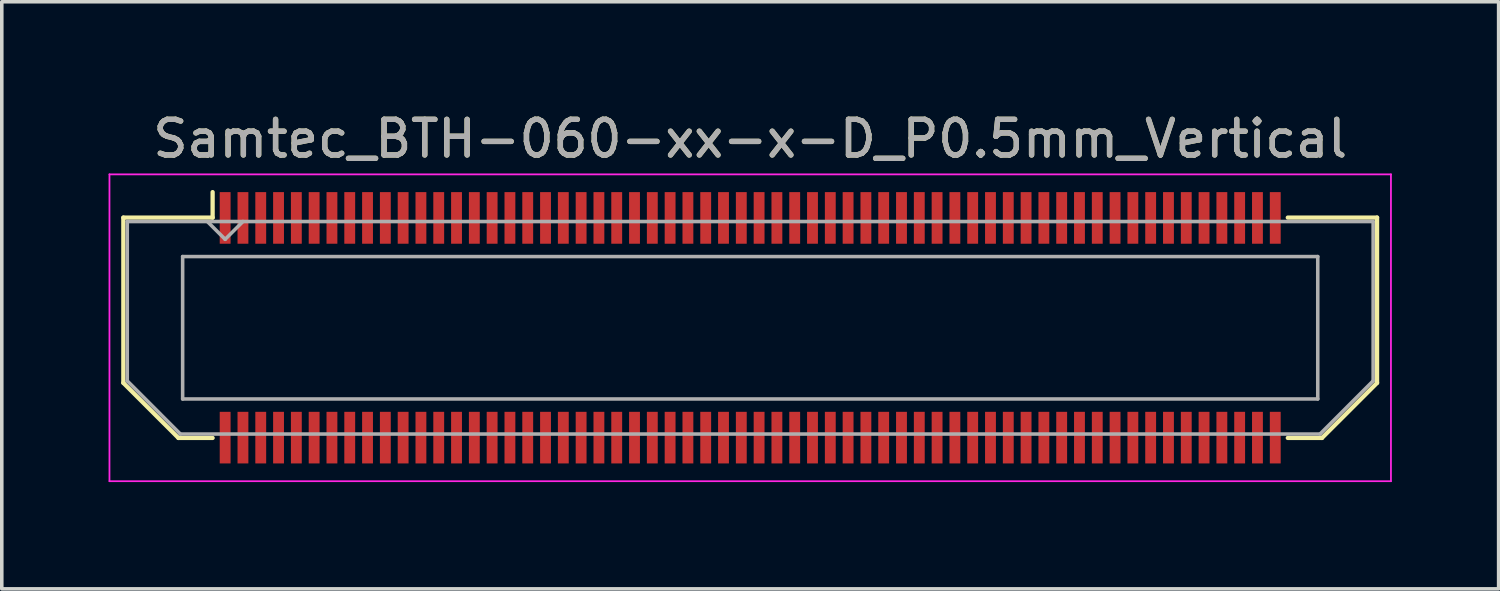
<source format=kicad_pcb>
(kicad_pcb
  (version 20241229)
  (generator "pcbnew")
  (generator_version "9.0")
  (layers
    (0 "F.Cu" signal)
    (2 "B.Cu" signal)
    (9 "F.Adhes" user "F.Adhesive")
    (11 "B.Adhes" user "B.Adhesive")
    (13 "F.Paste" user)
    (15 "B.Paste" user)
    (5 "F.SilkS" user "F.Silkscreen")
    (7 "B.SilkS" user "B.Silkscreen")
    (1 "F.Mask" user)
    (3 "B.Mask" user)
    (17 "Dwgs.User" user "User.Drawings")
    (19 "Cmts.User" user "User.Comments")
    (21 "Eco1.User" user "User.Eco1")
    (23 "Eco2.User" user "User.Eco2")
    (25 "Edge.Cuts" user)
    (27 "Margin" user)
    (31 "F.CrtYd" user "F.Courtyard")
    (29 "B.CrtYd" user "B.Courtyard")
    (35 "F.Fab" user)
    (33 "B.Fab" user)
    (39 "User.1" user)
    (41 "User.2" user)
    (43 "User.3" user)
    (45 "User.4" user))
  (footprint "Samtec_BTH-060-xx-x-D_P0.5mm_Vertical"
    (layer "F.Cu")
    (at 18.025 6.158)
    (property "Reference" "Samtec_BTH-060-xx-x-D_P0.5mm_Vertical" (at 0 -5.31 0) (layer "F.SilkS") (effects (font (size 1 1) (thickness 0.15))))
    (attr smd)
    (fp_line (start -17.61 -3.095) (end -17.61 1.548) (stroke (width 0.12) (type solid)) (layer "F.SilkS"))
    (fp_line (start -17.61 1.548) (end -16.062 3.095) (stroke (width 0.12) (type solid)) (layer "F.SilkS"))
    (fp_line (start -16.062 3.095) (end -15.102 3.095) (stroke (width 0.12) (type solid)) (layer "F.SilkS"))
    (fp_line (start -15.102 -3.811) (end -15.102 -3.095) (stroke (width 0.12) (type solid)) (layer "F.SilkS"))
    (fp_line (start -15.102 -3.095) (end -17.61 -3.095) (stroke (width 0.12) (type solid)) (layer "F.SilkS"))
    (fp_line (start 15.102 -3.095) (end 17.61 -3.095) (stroke (width 0.12) (type solid)) (layer "F.SilkS"))
    (fp_line (start 16.062 3.095) (end 15.102 3.095) (stroke (width 0.12) (type solid)) (layer "F.SilkS"))
    (fp_line (start 17.61 -3.095) (end 17.61 1.548) (stroke (width 0.12) (type solid)) (layer "F.SilkS"))
    (fp_line (start 17.61 1.548) (end 16.062 3.095) (stroke (width 0.12) (type solid)) (layer "F.SilkS"))
    (fp_line (start -18 -4.31) (end -18 4.31) (stroke (width 0.05) (type solid)) (layer "F.CrtYd"))
    (fp_line (start -18 4.31) (end 18 4.31) (stroke (width 0.05) (type solid)) (layer "F.CrtYd"))
    (fp_line (start 18 -4.31) (end -18 -4.31) (stroke (width 0.05) (type solid)) (layer "F.CrtYd"))
    (fp_line (start 18 4.31) (end 18 -4.31) (stroke (width 0.05) (type solid)) (layer "F.CrtYd"))
    (fp_line (start -17.5 -2.985) (end -17.5 1.492) (stroke (width 0.1) (type solid)) (layer "F.Fab"))
    (fp_line (start -17.5 -2.985) (end 17.5 -2.985) (stroke (width 0.1) (type solid)) (layer "F.Fab"))
    (fp_line (start -17.5 1.492) (end -16.008 2.985) (stroke (width 0.1) (type solid)) (layer "F.Fab"))
    (fp_line (start -16.008 2.985) (end 16.008 2.985) (stroke (width 0.1) (type solid)) (layer "F.Fab"))
    (fp_line (start -15.944 -2) (end -15.944 2) (stroke (width 0.1) (type solid)) (layer "F.Fab"))
    (fp_line (start -15.944 2) (end 15.944 2) (stroke (width 0.1) (type solid)) (layer "F.Fab"))
    (fp_line (start -14.75 -2.485) (end -15.25 -2.985) (stroke (width 0.1) (type solid)) (layer "F.Fab"))
    (fp_line (start -14.25 -2.985) (end -14.75 -2.485) (stroke (width 0.1) (type solid)) (layer "F.Fab"))
    (fp_line (start 15.944 -2) (end -15.944 -2) (stroke (width 0.1) (type solid)) (layer "F.Fab"))
    (fp_line (start 15.944 2) (end 15.944 -2) (stroke (width 0.1) (type solid)) (layer "F.Fab"))
    (fp_line (start 17.5 -2.985) (end 17.5 1.492) (stroke (width 0.1) (type solid)) (layer "F.Fab"))
    (fp_line (start 17.5 1.492) (end 16.008 2.985) (stroke (width 0.1) (type solid)) (layer "F.Fab"))
    (fp_text user "${REFERENCE}" (at 0 -5.31 0) (layer "F.Fab") (effects (font (size 1 1) (thickness 0.15))))
    (pad "1" smd rect (at -14.75 -3.086) (size 0.305 1.45) (layers "F.Cu" "F.Mask" "F.Paste"))
    (pad "2" smd rect (at -14.75 3.086) (size 0.305 1.45) (layers "F.Cu" "F.Mask" "F.Paste"))
    (pad "3" smd rect (at -14.25 -3.086) (size 0.305 1.45) (layers "F.Cu" "F.Mask" "F.Paste"))
    (pad "4" smd rect (at -14.25 3.086) (size 0.305 1.45) (layers "F.Cu" "F.Mask" "F.Paste"))
    (pad "5" smd rect (at -13.75 -3.086) (size 0.305 1.45) (layers "F.Cu" "F.Mask" "F.Paste"))
    (pad "6" smd rect (at -13.75 3.086) (size 0.305 1.45) (layers "F.Cu" "F.Mask" "F.Paste"))
    (pad "7" smd rect (at -13.25 -3.086) (size 0.305 1.45) (layers "F.Cu" "F.Mask" "F.Paste"))
    (pad "8" smd rect (at -13.25 3.086) (size 0.305 1.45) (layers "F.Cu" "F.Mask" "F.Paste"))
    (pad "9" smd rect (at -12.75 -3.086) (size 0.305 1.45) (layers "F.Cu" "F.Mask" "F.Paste"))
    (pad "10" smd rect (at -12.75 3.086) (size 0.305 1.45) (layers "F.Cu" "F.Mask" "F.Paste"))
    (pad "11" smd rect (at -12.25 -3.086) (size 0.305 1.45) (layers "F.Cu" "F.Mask" "F.Paste"))
    (pad "12" smd rect (at -12.25 3.086) (size 0.305 1.45) (layers "F.Cu" "F.Mask" "F.Paste"))
    (pad "13" smd rect (at -11.75 -3.086) (size 0.305 1.45) (layers "F.Cu" "F.Mask" "F.Paste"))
    (pad "14" smd rect (at -11.75 3.086) (size 0.305 1.45) (layers "F.Cu" "F.Mask" "F.Paste"))
    (pad "15" smd rect (at -11.25 -3.086) (size 0.305 1.45) (layers "F.Cu" "F.Mask" "F.Paste"))
    (pad "16" smd rect (at -11.25 3.086) (size 0.305 1.45) (layers "F.Cu" "F.Mask" "F.Paste"))
    (pad "17" smd rect (at -10.75 -3.086) (size 0.305 1.45) (layers "F.Cu" "F.Mask" "F.Paste"))
    (pad "18" smd rect (at -10.75 3.086) (size 0.305 1.45) (layers "F.Cu" "F.Mask" "F.Paste"))
    (pad "19" smd rect (at -10.25 -3.086) (size 0.305 1.45) (layers "F.Cu" "F.Mask" "F.Paste"))
    (pad "20" smd rect (at -10.25 3.086) (size 0.305 1.45) (layers "F.Cu" "F.Mask" "F.Paste"))
    (pad "21" smd rect (at -9.75 -3.086) (size 0.305 1.45) (layers "F.Cu" "F.Mask" "F.Paste"))
    (pad "22" smd rect (at -9.75 3.086) (size 0.305 1.45) (layers "F.Cu" "F.Mask" "F.Paste"))
    (pad "23" smd rect (at -9.25 -3.086) (size 0.305 1.45) (layers "F.Cu" "F.Mask" "F.Paste"))
    (pad "24" smd rect (at -9.25 3.086) (size 0.305 1.45) (layers "F.Cu" "F.Mask" "F.Paste"))
    (pad "25" smd rect (at -8.75 -3.086) (size 0.305 1.45) (layers "F.Cu" "F.Mask" "F.Paste"))
    (pad "26" smd rect (at -8.75 3.086) (size 0.305 1.45) (layers "F.Cu" "F.Mask" "F.Paste"))
    (pad "27" smd rect (at -8.25 -3.086) (size 0.305 1.45) (layers "F.Cu" "F.Mask" "F.Paste"))
    (pad "28" smd rect (at -8.25 3.086) (size 0.305 1.45) (layers "F.Cu" "F.Mask" "F.Paste"))
    (pad "29" smd rect (at -7.75 -3.086) (size 0.305 1.45) (layers "F.Cu" "F.Mask" "F.Paste"))
    (pad "30" smd rect (at -7.75 3.086) (size 0.305 1.45) (layers "F.Cu" "F.Mask" "F.Paste"))
    (pad "31" smd rect (at -7.25 -3.086) (size 0.305 1.45) (layers "F.Cu" "F.Mask" "F.Paste"))
    (pad "32" smd rect (at -7.25 3.086) (size 0.305 1.45) (layers "F.Cu" "F.Mask" "F.Paste"))
    (pad "33" smd rect (at -6.75 -3.086) (size 0.305 1.45) (layers "F.Cu" "F.Mask" "F.Paste"))
    (pad "34" smd rect (at -6.75 3.086) (size 0.305 1.45) (layers "F.Cu" "F.Mask" "F.Paste"))
    (pad "35" smd rect (at -6.25 -3.086) (size 0.305 1.45) (layers "F.Cu" "F.Mask" "F.Paste"))
    (pad "36" smd rect (at -6.25 3.086) (size 0.305 1.45) (layers "F.Cu" "F.Mask" "F.Paste"))
    (pad "37" smd rect (at -5.75 -3.086) (size 0.305 1.45) (layers "F.Cu" "F.Mask" "F.Paste"))
    (pad "38" smd rect (at -5.75 3.086) (size 0.305 1.45) (layers "F.Cu" "F.Mask" "F.Paste"))
    (pad "39" smd rect (at -5.25 -3.086) (size 0.305 1.45) (layers "F.Cu" "F.Mask" "F.Paste"))
    (pad "40" smd rect (at -5.25 3.086) (size 0.305 1.45) (layers "F.Cu" "F.Mask" "F.Paste"))
    (pad "41" smd rect (at -4.75 -3.086) (size 0.305 1.45) (layers "F.Cu" "F.Mask" "F.Paste"))
    (pad "42" smd rect (at -4.75 3.086) (size 0.305 1.45) (layers "F.Cu" "F.Mask" "F.Paste"))
    (pad "43" smd rect (at -4.25 -3.086) (size 0.305 1.45) (layers "F.Cu" "F.Mask" "F.Paste"))
    (pad "44" smd rect (at -4.25 3.086) (size 0.305 1.45) (layers "F.Cu" "F.Mask" "F.Paste"))
    (pad "45" smd rect (at -3.75 -3.086) (size 0.305 1.45) (layers "F.Cu" "F.Mask" "F.Paste"))
    (pad "46" smd rect (at -3.75 3.086) (size 0.305 1.45) (layers "F.Cu" "F.Mask" "F.Paste"))
    (pad "47" smd rect (at -3.25 -3.086) (size 0.305 1.45) (layers "F.Cu" "F.Mask" "F.Paste"))
    (pad "48" smd rect (at -3.25 3.086) (size 0.305 1.45) (layers "F.Cu" "F.Mask" "F.Paste"))
    (pad "49" smd rect (at -2.75 -3.086) (size 0.305 1.45) (layers "F.Cu" "F.Mask" "F.Paste"))
    (pad "50" smd rect (at -2.75 3.086) (size 0.305 1.45) (layers "F.Cu" "F.Mask" "F.Paste"))
    (pad "51" smd rect (at -2.25 -3.086) (size 0.305 1.45) (layers "F.Cu" "F.Mask" "F.Paste"))
    (pad "52" smd rect (at -2.25 3.086) (size 0.305 1.45) (layers "F.Cu" "F.Mask" "F.Paste"))
    (pad "53" smd rect (at -1.75 -3.086) (size 0.305 1.45) (layers "F.Cu" "F.Mask" "F.Paste"))
    (pad "54" smd rect (at -1.75 3.086) (size 0.305 1.45) (layers "F.Cu" "F.Mask" "F.Paste"))
    (pad "55" smd rect (at -1.25 -3.086) (size 0.305 1.45) (layers "F.Cu" "F.Mask" "F.Paste"))
    (pad "56" smd rect (at -1.25 3.086) (size 0.305 1.45) (layers "F.Cu" "F.Mask" "F.Paste"))
    (pad "57" smd rect (at -0.75 -3.086) (size 0.305 1.45) (layers "F.Cu" "F.Mask" "F.Paste"))
    (pad "58" smd rect (at -0.75 3.086) (size 0.305 1.45) (layers "F.Cu" "F.Mask" "F.Paste"))
    (pad "59" smd rect (at -0.25 -3.086) (size 0.305 1.45) (layers "F.Cu" "F.Mask" "F.Paste"))
    (pad "60" smd rect (at -0.25 3.086) (size 0.305 1.45) (layers "F.Cu" "F.Mask" "F.Paste"))
    (pad "61" smd rect (at 0.25 -3.086) (size 0.305 1.45) (layers "F.Cu" "F.Mask" "F.Paste"))
    (pad "62" smd rect (at 0.25 3.086) (size 0.305 1.45) (layers "F.Cu" "F.Mask" "F.Paste"))
    (pad "63" smd rect (at 0.75 -3.086) (size 0.305 1.45) (layers "F.Cu" "F.Mask" "F.Paste"))
    (pad "64" smd rect (at 0.75 3.086) (size 0.305 1.45) (layers "F.Cu" "F.Mask" "F.Paste"))
    (pad "65" smd rect (at 1.25 -3.086) (size 0.305 1.45) (layers "F.Cu" "F.Mask" "F.Paste"))
    (pad "66" smd rect (at 1.25 3.086) (size 0.305 1.45) (layers "F.Cu" "F.Mask" "F.Paste"))
    (pad "67" smd rect (at 1.75 -3.086) (size 0.305 1.45) (layers "F.Cu" "F.Mask" "F.Paste"))
    (pad "68" smd rect (at 1.75 3.086) (size 0.305 1.45) (layers "F.Cu" "F.Mask" "F.Paste"))
    (pad "69" smd rect (at 2.25 -3.086) (size 0.305 1.45) (layers "F.Cu" "F.Mask" "F.Paste"))
    (pad "70" smd rect (at 2.25 3.086) (size 0.305 1.45) (layers "F.Cu" "F.Mask" "F.Paste"))
    (pad "71" smd rect (at 2.75 -3.086) (size 0.305 1.45) (layers "F.Cu" "F.Mask" "F.Paste"))
    (pad "72" smd rect (at 2.75 3.086) (size 0.305 1.45) (layers "F.Cu" "F.Mask" "F.Paste"))
    (pad "73" smd rect (at 3.25 -3.086) (size 0.305 1.45) (layers "F.Cu" "F.Mask" "F.Paste"))
    (pad "74" smd rect (at 3.25 3.086) (size 0.305 1.45) (layers "F.Cu" "F.Mask" "F.Paste"))
    (pad "75" smd rect (at 3.75 -3.086) (size 0.305 1.45) (layers "F.Cu" "F.Mask" "F.Paste"))
    (pad "76" smd rect (at 3.75 3.086) (size 0.305 1.45) (layers "F.Cu" "F.Mask" "F.Paste"))
    (pad "77" smd rect (at 4.25 -3.086) (size 0.305 1.45) (layers "F.Cu" "F.Mask" "F.Paste"))
    (pad "78" smd rect (at 4.25 3.086) (size 0.305 1.45) (layers "F.Cu" "F.Mask" "F.Paste"))
    (pad "79" smd rect (at 4.75 -3.086) (size 0.305 1.45) (layers "F.Cu" "F.Mask" "F.Paste"))
    (pad "80" smd rect (at 4.75 3.086) (size 0.305 1.45) (layers "F.Cu" "F.Mask" "F.Paste"))
    (pad "81" smd rect (at 5.25 -3.086) (size 0.305 1.45) (layers "F.Cu" "F.Mask" "F.Paste"))
    (pad "82" smd rect (at 5.25 3.086) (size 0.305 1.45) (layers "F.Cu" "F.Mask" "F.Paste"))
    (pad "83" smd rect (at 5.75 -3.086) (size 0.305 1.45) (layers "F.Cu" "F.Mask" "F.Paste"))
    (pad "84" smd rect (at 5.75 3.086) (size 0.305 1.45) (layers "F.Cu" "F.Mask" "F.Paste"))
    (pad "85" smd rect (at 6.25 -3.086) (size 0.305 1.45) (layers "F.Cu" "F.Mask" "F.Paste"))
    (pad "86" smd rect (at 6.25 3.086) (size 0.305 1.45) (layers "F.Cu" "F.Mask" "F.Paste"))
    (pad "87" smd rect (at 6.75 -3.086) (size 0.305 1.45) (layers "F.Cu" "F.Mask" "F.Paste"))
    (pad "88" smd rect (at 6.75 3.086) (size 0.305 1.45) (layers "F.Cu" "F.Mask" "F.Paste"))
    (pad "89" smd rect (at 7.25 -3.086) (size 0.305 1.45) (layers "F.Cu" "F.Mask" "F.Paste"))
    (pad "90" smd rect (at 7.25 3.086) (size 0.305 1.45) (layers "F.Cu" "F.Mask" "F.Paste"))
    (pad "91" smd rect (at 7.75 -3.086) (size 0.305 1.45) (layers "F.Cu" "F.Mask" "F.Paste"))
    (pad "92" smd rect (at 7.75 3.086) (size 0.305 1.45) (layers "F.Cu" "F.Mask" "F.Paste"))
    (pad "93" smd rect (at 8.25 -3.086) (size 0.305 1.45) (layers "F.Cu" "F.Mask" "F.Paste"))
    (pad "94" smd rect (at 8.25 3.086) (size 0.305 1.45) (layers "F.Cu" "F.Mask" "F.Paste"))
    (pad "95" smd rect (at 8.75 -3.086) (size 0.305 1.45) (layers "F.Cu" "F.Mask" "F.Paste"))
    (pad "96" smd rect (at 8.75 3.086) (size 0.305 1.45) (layers "F.Cu" "F.Mask" "F.Paste"))
    (pad "97" smd rect (at 9.25 -3.086) (size 0.305 1.45) (layers "F.Cu" "F.Mask" "F.Paste"))
    (pad "98" smd rect (at 9.25 3.086) (size 0.305 1.45) (layers "F.Cu" "F.Mask" "F.Paste"))
    (pad "99" smd rect (at 9.75 -3.086) (size 0.305 1.45) (layers "F.Cu" "F.Mask" "F.Paste"))
    (pad "100" smd rect (at 9.75 3.086) (size 0.305 1.45) (layers "F.Cu" "F.Mask" "F.Paste"))
    (pad "101" smd rect (at 10.25 -3.086) (size 0.305 1.45) (layers "F.Cu" "F.Mask" "F.Paste"))
    (pad "102" smd rect (at 10.25 3.086) (size 0.305 1.45) (layers "F.Cu" "F.Mask" "F.Paste"))
    (pad "103" smd rect (at 10.75 -3.086) (size 0.305 1.45) (layers "F.Cu" "F.Mask" "F.Paste"))
    (pad "104" smd rect (at 10.75 3.086) (size 0.305 1.45) (layers "F.Cu" "F.Mask" "F.Paste"))
    (pad "105" smd rect (at 11.25 -3.086) (size 0.305 1.45) (layers "F.Cu" "F.Mask" "F.Paste"))
    (pad "106" smd rect (at 11.25 3.086) (size 0.305 1.45) (layers "F.Cu" "F.Mask" "F.Paste"))
    (pad "107" smd rect (at 11.75 -3.086) (size 0.305 1.45) (layers "F.Cu" "F.Mask" "F.Paste"))
    (pad "108" smd rect (at 11.75 3.086) (size 0.305 1.45) (layers "F.Cu" "F.Mask" "F.Paste"))
    (pad "109" smd rect (at 12.25 -3.086) (size 0.305 1.45) (layers "F.Cu" "F.Mask" "F.Paste"))
    (pad "110" smd rect (at 12.25 3.086) (size 0.305 1.45) (layers "F.Cu" "F.Mask" "F.Paste"))
    (pad "111" smd rect (at 12.75 -3.086) (size 0.305 1.45) (layers "F.Cu" "F.Mask" "F.Paste"))
    (pad "112" smd rect (at 12.75 3.086) (size 0.305 1.45) (layers "F.Cu" "F.Mask" "F.Paste"))
    (pad "113" smd rect (at 13.25 -3.086) (size 0.305 1.45) (layers "F.Cu" "F.Mask" "F.Paste"))
    (pad "114" smd rect (at 13.25 3.086) (size 0.305 1.45) (layers "F.Cu" "F.Mask" "F.Paste"))
    (pad "115" smd rect (at 13.75 -3.086) (size 0.305 1.45) (layers "F.Cu" "F.Mask" "F.Paste"))
    (pad "116" smd rect (at 13.75 3.086) (size 0.305 1.45) (layers "F.Cu" "F.Mask" "F.Paste"))
    (pad "117" smd rect (at 14.25 -3.086) (size 0.305 1.45) (layers "F.Cu" "F.Mask" "F.Paste"))
    (pad "118" smd rect (at 14.25 3.086) (size 0.305 1.45) (layers "F.Cu" "F.Mask" "F.Paste"))
    (pad "119" smd rect (at 14.75 -3.086) (size 0.305 1.45) (layers "F.Cu" "F.Mask" "F.Paste"))
    (pad "120" smd rect (at 14.75 3.086) (size 0.305 1.45) (layers "F.Cu" "F.Mask" "F.Paste")))
  (gr_rect
    (start -3 -3)
    (end 39.05 13.493)
    (stroke (width 0.1) (type default))
    (fill no)
    (layer "Edge.Cuts")))
</source>
